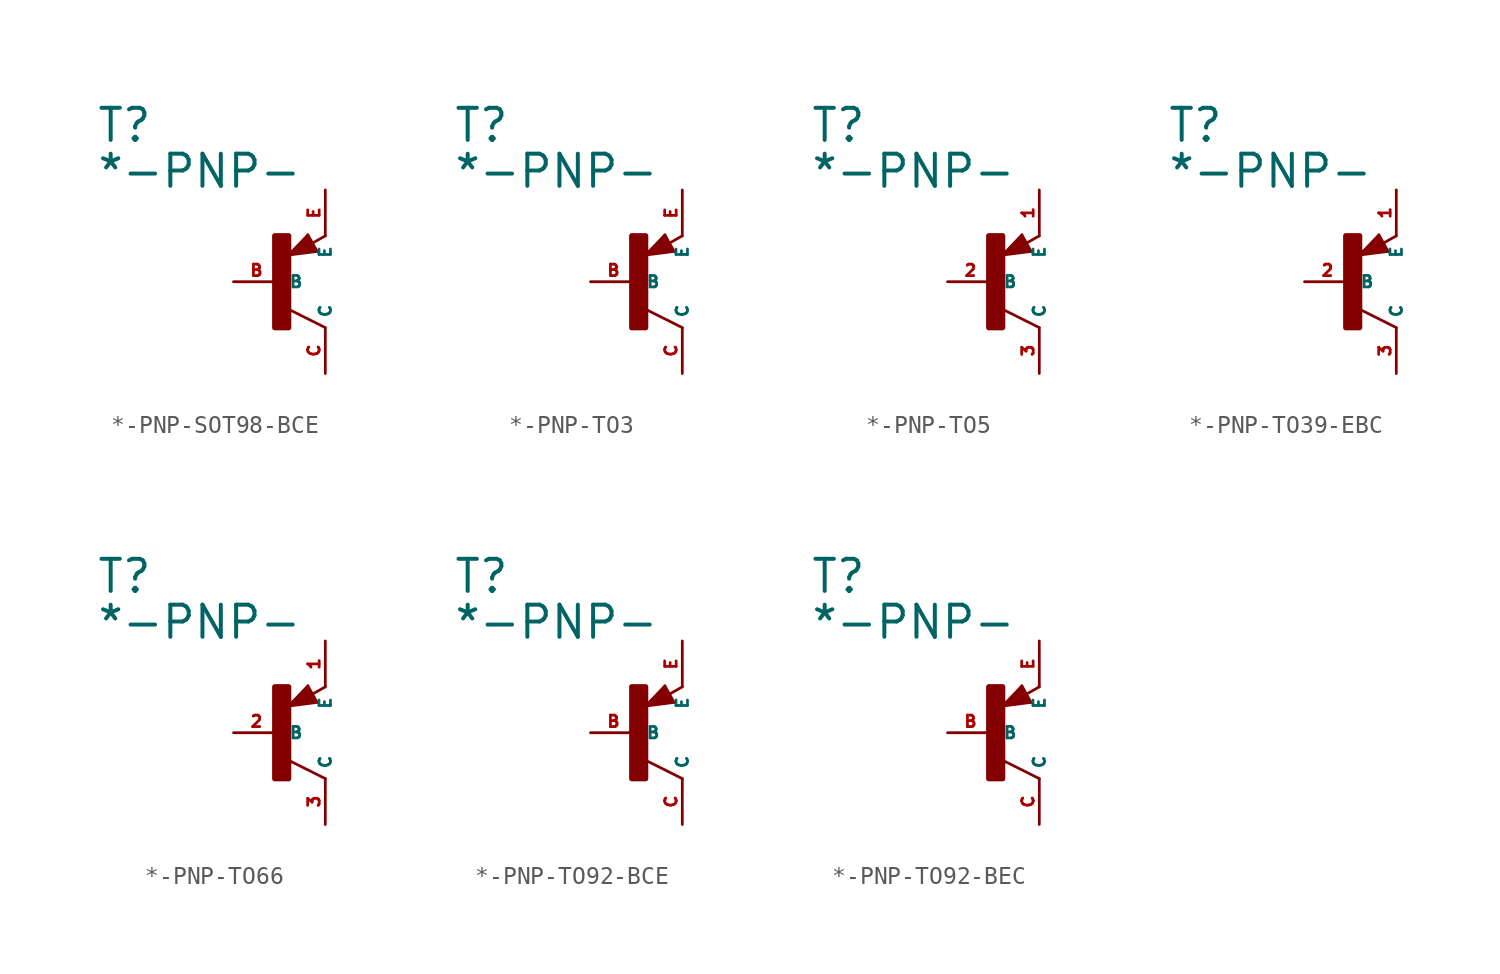
<source format=kicad_sym>
(kicad_symbol_lib
  (version 20220914)
  (generator Eagle2Kicad)
  (symbol "*-PNP-SOT98-BCE"
    (property "Reference" "T"
      (at -10.16 7.62 0)
      (effects (font (size 1.778 1.778) (thickness 0.22)) (justify left bottom)))
    (property "Value" "*-PNP-"
      (at -10.16 5.08 0)
      (effects (font (size 1.778 1.778) (thickness 0.22)) (justify left bottom)))
    (polyline
      (pts (xy 2.086 1.678) (xy 1.578 2.594))
      (stroke (width 0.152) (type default))
      (fill (type none)))
    (polyline
      (pts (xy 1.578 2.594) (xy 0.516 1.478))
      (stroke (width 0.152) (type default))
      (fill (type none)))
    (polyline
      (pts (xy 0.516 1.478) (xy 2.086 1.678))
      (stroke (width 0.152) (type default))
      (fill (type none)))
    (polyline
      (pts (xy 2.54 2.54) (xy 1.808 2.124))
      (stroke (width 0.152) (type default))
      (fill (type none)))
    (polyline
      (pts (xy 2.54 -2.54) (xy 0.508 -1.524))
      (stroke (width 0.152) (type default))
      (fill (type none)))
    (polyline
      (pts (xy 1.905 1.778) (xy 1.524 2.413))
      (stroke (width 0.254) (type default))
      (fill (type none)))
    (polyline
      (pts (xy 1.524 2.413) (xy 0.762 1.651))
      (stroke (width 0.254) (type default))
      (fill (type none)))
    (polyline
      (pts (xy 0.762 1.651) (xy 1.778 1.778))
      (stroke (width 0.254) (type default))
      (fill (type none)))
    (polyline
      (pts (xy 1.778 1.778) (xy 1.524 2.159))
      (stroke (width 0.254) (type default))
      (fill (type none)))
    (polyline
      (pts (xy 1.524 2.159) (xy 1.143 1.905))
      (stroke (width 0.254) (type default))
      (fill (type none)))
    (polyline
      (pts (xy 1.143 1.905) (xy 1.524 1.905))
      (stroke (width 0.254) (type default))
      (fill (type none)))
    (rectangle
      (start -0.254 -2.54)
      (end 0.508 2.54)
      (stroke (width 0.3) (type default))
      (fill (type outline)))
    (pin passive line
      (at -2.54 0 0)
      (length 2.54)
      (name "B" (effects (font (size 0.635 0.635) (thickness 0.08)) (justify left bottom)))
      (number "B" (effects (font (size 0.635 0.635) (thickness 0.08)) (justify left bottom))))
    (pin passive line
      (at 2.54 5.08 270)
      (length 2.54)
      (name "E" (effects (font (size 0.635 0.635) (thickness 0.08)) (justify left bottom)))
      (number "E" (effects (font (size 0.635 0.635) (thickness 0.08)) (justify left bottom))))
    (pin passive line
      (at 2.54 -5.08 90)
      (length 2.54)
      (name "C" (effects (font (size 0.635 0.635) (thickness 0.08)) (justify left bottom)))
      (number "C" (effects (font (size 0.635 0.635) (thickness 0.08)) (justify left bottom)))))
  (symbol "*-PNP-TO3"
    (property "Reference" "T"
      (at -10.16 7.62 0)
      (effects (font (size 1.778 1.778) (thickness 0.22)) (justify left bottom)))
    (property "Value" "*-PNP-"
      (at -10.16 5.08 0)
      (effects (font (size 1.778 1.778) (thickness 0.22)) (justify left bottom)))
    (polyline
      (pts (xy 2.086 1.678) (xy 1.578 2.594))
      (stroke (width 0.152) (type default))
      (fill (type none)))
    (polyline
      (pts (xy 1.578 2.594) (xy 0.516 1.478))
      (stroke (width 0.152) (type default))
      (fill (type none)))
    (polyline
      (pts (xy 0.516 1.478) (xy 2.086 1.678))
      (stroke (width 0.152) (type default))
      (fill (type none)))
    (polyline
      (pts (xy 2.54 2.54) (xy 1.808 2.124))
      (stroke (width 0.152) (type default))
      (fill (type none)))
    (polyline
      (pts (xy 2.54 -2.54) (xy 0.508 -1.524))
      (stroke (width 0.152) (type default))
      (fill (type none)))
    (polyline
      (pts (xy 1.905 1.778) (xy 1.524 2.413))
      (stroke (width 0.254) (type default))
      (fill (type none)))
    (polyline
      (pts (xy 1.524 2.413) (xy 0.762 1.651))
      (stroke (width 0.254) (type default))
      (fill (type none)))
    (polyline
      (pts (xy 0.762 1.651) (xy 1.778 1.778))
      (stroke (width 0.254) (type default))
      (fill (type none)))
    (polyline
      (pts (xy 1.778 1.778) (xy 1.524 2.159))
      (stroke (width 0.254) (type default))
      (fill (type none)))
    (polyline
      (pts (xy 1.524 2.159) (xy 1.143 1.905))
      (stroke (width 0.254) (type default))
      (fill (type none)))
    (polyline
      (pts (xy 1.143 1.905) (xy 1.524 1.905))
      (stroke (width 0.254) (type default))
      (fill (type none)))
    (rectangle
      (start -0.254 -2.54)
      (end 0.508 2.54)
      (stroke (width 0.3) (type default))
      (fill (type outline)))
    (pin passive line
      (at -2.54 0 0)
      (length 2.54)
      (name "B" (effects (font (size 0.635 0.635) (thickness 0.08)) (justify left bottom)))
      (number "B" (effects (font (size 0.635 0.635) (thickness 0.08)) (justify left bottom))))
    (pin passive line
      (at 2.54 5.08 270)
      (length 2.54)
      (name "E" (effects (font (size 0.635 0.635) (thickness 0.08)) (justify left bottom)))
      (number "E" (effects (font (size 0.635 0.635) (thickness 0.08)) (justify left bottom))))
    (pin passive line
      (at 2.54 -5.08 90)
      (length 2.54)
      (name "C" (effects (font (size 0.635 0.635) (thickness 0.08)) (justify left bottom)))
      (number "C" (effects (font (size 0.635 0.635) (thickness 0.08)) (justify left bottom)))))
  (symbol "*-PNP-TO5"
    (property "Reference" "T"
      (at -10.16 7.62 0)
      (effects (font (size 1.778 1.778) (thickness 0.22)) (justify left bottom)))
    (property "Value" "*-PNP-"
      (at -10.16 5.08 0)
      (effects (font (size 1.778 1.778) (thickness 0.22)) (justify left bottom)))
    (polyline
      (pts (xy 2.086 1.678) (xy 1.578 2.594))
      (stroke (width 0.152) (type default))
      (fill (type none)))
    (polyline
      (pts (xy 1.578 2.594) (xy 0.516 1.478))
      (stroke (width 0.152) (type default))
      (fill (type none)))
    (polyline
      (pts (xy 0.516 1.478) (xy 2.086 1.678))
      (stroke (width 0.152) (type default))
      (fill (type none)))
    (polyline
      (pts (xy 2.54 2.54) (xy 1.808 2.124))
      (stroke (width 0.152) (type default))
      (fill (type none)))
    (polyline
      (pts (xy 2.54 -2.54) (xy 0.508 -1.524))
      (stroke (width 0.152) (type default))
      (fill (type none)))
    (polyline
      (pts (xy 1.905 1.778) (xy 1.524 2.413))
      (stroke (width 0.254) (type default))
      (fill (type none)))
    (polyline
      (pts (xy 1.524 2.413) (xy 0.762 1.651))
      (stroke (width 0.254) (type default))
      (fill (type none)))
    (polyline
      (pts (xy 0.762 1.651) (xy 1.778 1.778))
      (stroke (width 0.254) (type default))
      (fill (type none)))
    (polyline
      (pts (xy 1.778 1.778) (xy 1.524 2.159))
      (stroke (width 0.254) (type default))
      (fill (type none)))
    (polyline
      (pts (xy 1.524 2.159) (xy 1.143 1.905))
      (stroke (width 0.254) (type default))
      (fill (type none)))
    (polyline
      (pts (xy 1.143 1.905) (xy 1.524 1.905))
      (stroke (width 0.254) (type default))
      (fill (type none)))
    (rectangle
      (start -0.254 -2.54)
      (end 0.508 2.54)
      (stroke (width 0.3) (type default))
      (fill (type outline)))
    (pin passive line
      (at -2.54 0 0)
      (length 2.54)
      (name "B" (effects (font (size 0.635 0.635) (thickness 0.08)) (justify left bottom)))
      (number "2" (effects (font (size 0.635 0.635) (thickness 0.08)) (justify left bottom))))
    (pin passive line
      (at 2.54 5.08 270)
      (length 2.54)
      (name "E" (effects (font (size 0.635 0.635) (thickness 0.08)) (justify left bottom)))
      (number "1" (effects (font (size 0.635 0.635) (thickness 0.08)) (justify left bottom))))
    (pin passive line
      (at 2.54 -5.08 90)
      (length 2.54)
      (name "C" (effects (font (size 0.635 0.635) (thickness 0.08)) (justify left bottom)))
      (number "3" (effects (font (size 0.635 0.635) (thickness 0.08)) (justify left bottom)))))
  (symbol "*-PNP-TO39-EBC"
    (property "Reference" "T"
      (at -10.16 7.62 0)
      (effects (font (size 1.778 1.778) (thickness 0.22)) (justify left bottom)))
    (property "Value" "*-PNP-"
      (at -10.16 5.08 0)
      (effects (font (size 1.778 1.778) (thickness 0.22)) (justify left bottom)))
    (polyline
      (pts (xy 2.086 1.678) (xy 1.578 2.594))
      (stroke (width 0.152) (type default))
      (fill (type none)))
    (polyline
      (pts (xy 1.578 2.594) (xy 0.516 1.478))
      (stroke (width 0.152) (type default))
      (fill (type none)))
    (polyline
      (pts (xy 0.516 1.478) (xy 2.086 1.678))
      (stroke (width 0.152) (type default))
      (fill (type none)))
    (polyline
      (pts (xy 2.54 2.54) (xy 1.808 2.124))
      (stroke (width 0.152) (type default))
      (fill (type none)))
    (polyline
      (pts (xy 2.54 -2.54) (xy 0.508 -1.524))
      (stroke (width 0.152) (type default))
      (fill (type none)))
    (polyline
      (pts (xy 1.905 1.778) (xy 1.524 2.413))
      (stroke (width 0.254) (type default))
      (fill (type none)))
    (polyline
      (pts (xy 1.524 2.413) (xy 0.762 1.651))
      (stroke (width 0.254) (type default))
      (fill (type none)))
    (polyline
      (pts (xy 0.762 1.651) (xy 1.778 1.778))
      (stroke (width 0.254) (type default))
      (fill (type none)))
    (polyline
      (pts (xy 1.778 1.778) (xy 1.524 2.159))
      (stroke (width 0.254) (type default))
      (fill (type none)))
    (polyline
      (pts (xy 1.524 2.159) (xy 1.143 1.905))
      (stroke (width 0.254) (type default))
      (fill (type none)))
    (polyline
      (pts (xy 1.143 1.905) (xy 1.524 1.905))
      (stroke (width 0.254) (type default))
      (fill (type none)))
    (rectangle
      (start -0.254 -2.54)
      (end 0.508 2.54)
      (stroke (width 0.3) (type default))
      (fill (type outline)))
    (pin passive line
      (at -2.54 0 0)
      (length 2.54)
      (name "B" (effects (font (size 0.635 0.635) (thickness 0.08)) (justify left bottom)))
      (number "2" (effects (font (size 0.635 0.635) (thickness 0.08)) (justify left bottom))))
    (pin passive line
      (at 2.54 5.08 270)
      (length 2.54)
      (name "E" (effects (font (size 0.635 0.635) (thickness 0.08)) (justify left bottom)))
      (number "1" (effects (font (size 0.635 0.635) (thickness 0.08)) (justify left bottom))))
    (pin passive line
      (at 2.54 -5.08 90)
      (length 2.54)
      (name "C" (effects (font (size 0.635 0.635) (thickness 0.08)) (justify left bottom)))
      (number "3" (effects (font (size 0.635 0.635) (thickness 0.08)) (justify left bottom)))))
  (symbol "*-PNP-TO66"
    (property "Reference" "T"
      (at -10.16 7.62 0)
      (effects (font (size 1.778 1.778) (thickness 0.22)) (justify left bottom)))
    (property "Value" "*-PNP-"
      (at -10.16 5.08 0)
      (effects (font (size 1.778 1.778) (thickness 0.22)) (justify left bottom)))
    (polyline
      (pts (xy 2.086 1.678) (xy 1.578 2.594))
      (stroke (width 0.152) (type default))
      (fill (type none)))
    (polyline
      (pts (xy 1.578 2.594) (xy 0.516 1.478))
      (stroke (width 0.152) (type default))
      (fill (type none)))
    (polyline
      (pts (xy 0.516 1.478) (xy 2.086 1.678))
      (stroke (width 0.152) (type default))
      (fill (type none)))
    (polyline
      (pts (xy 2.54 2.54) (xy 1.808 2.124))
      (stroke (width 0.152) (type default))
      (fill (type none)))
    (polyline
      (pts (xy 2.54 -2.54) (xy 0.508 -1.524))
      (stroke (width 0.152) (type default))
      (fill (type none)))
    (polyline
      (pts (xy 1.905 1.778) (xy 1.524 2.413))
      (stroke (width 0.254) (type default))
      (fill (type none)))
    (polyline
      (pts (xy 1.524 2.413) (xy 0.762 1.651))
      (stroke (width 0.254) (type default))
      (fill (type none)))
    (polyline
      (pts (xy 0.762 1.651) (xy 1.778 1.778))
      (stroke (width 0.254) (type default))
      (fill (type none)))
    (polyline
      (pts (xy 1.778 1.778) (xy 1.524 2.159))
      (stroke (width 0.254) (type default))
      (fill (type none)))
    (polyline
      (pts (xy 1.524 2.159) (xy 1.143 1.905))
      (stroke (width 0.254) (type default))
      (fill (type none)))
    (polyline
      (pts (xy 1.143 1.905) (xy 1.524 1.905))
      (stroke (width 0.254) (type default))
      (fill (type none)))
    (rectangle
      (start -0.254 -2.54)
      (end 0.508 2.54)
      (stroke (width 0.3) (type default))
      (fill (type outline)))
    (pin passive line
      (at -2.54 0 0)
      (length 2.54)
      (name "B" (effects (font (size 0.635 0.635) (thickness 0.08)) (justify left bottom)))
      (number "2" (effects (font (size 0.635 0.635) (thickness 0.08)) (justify left bottom))))
    (pin passive line
      (at 2.54 5.08 270)
      (length 2.54)
      (name "E" (effects (font (size 0.635 0.635) (thickness 0.08)) (justify left bottom)))
      (number "1" (effects (font (size 0.635 0.635) (thickness 0.08)) (justify left bottom))))
    (pin passive line
      (at 2.54 -5.08 90)
      (length 2.54)
      (name "C" (effects (font (size 0.635 0.635) (thickness 0.08)) (justify left bottom)))
      (number "3" (effects (font (size 0.635 0.635) (thickness 0.08)) (justify left bottom)))))
  (symbol "*-PNP-TO92-BCE"
    (property "Reference" "T"
      (at -10.16 7.62 0)
      (effects (font (size 1.778 1.778) (thickness 0.22)) (justify left bottom)))
    (property "Value" "*-PNP-"
      (at -10.16 5.08 0)
      (effects (font (size 1.778 1.778) (thickness 0.22)) (justify left bottom)))
    (polyline
      (pts (xy 2.086 1.678) (xy 1.578 2.594))
      (stroke (width 0.152) (type default))
      (fill (type none)))
    (polyline
      (pts (xy 1.578 2.594) (xy 0.516 1.478))
      (stroke (width 0.152) (type default))
      (fill (type none)))
    (polyline
      (pts (xy 0.516 1.478) (xy 2.086 1.678))
      (stroke (width 0.152) (type default))
      (fill (type none)))
    (polyline
      (pts (xy 2.54 2.54) (xy 1.808 2.124))
      (stroke (width 0.152) (type default))
      (fill (type none)))
    (polyline
      (pts (xy 2.54 -2.54) (xy 0.508 -1.524))
      (stroke (width 0.152) (type default))
      (fill (type none)))
    (polyline
      (pts (xy 1.905 1.778) (xy 1.524 2.413))
      (stroke (width 0.254) (type default))
      (fill (type none)))
    (polyline
      (pts (xy 1.524 2.413) (xy 0.762 1.651))
      (stroke (width 0.254) (type default))
      (fill (type none)))
    (polyline
      (pts (xy 0.762 1.651) (xy 1.778 1.778))
      (stroke (width 0.254) (type default))
      (fill (type none)))
    (polyline
      (pts (xy 1.778 1.778) (xy 1.524 2.159))
      (stroke (width 0.254) (type default))
      (fill (type none)))
    (polyline
      (pts (xy 1.524 2.159) (xy 1.143 1.905))
      (stroke (width 0.254) (type default))
      (fill (type none)))
    (polyline
      (pts (xy 1.143 1.905) (xy 1.524 1.905))
      (stroke (width 0.254) (type default))
      (fill (type none)))
    (rectangle
      (start -0.254 -2.54)
      (end 0.508 2.54)
      (stroke (width 0.3) (type default))
      (fill (type outline)))
    (pin passive line
      (at -2.54 0 0)
      (length 2.54)
      (name "B" (effects (font (size 0.635 0.635) (thickness 0.08)) (justify left bottom)))
      (number "B" (effects (font (size 0.635 0.635) (thickness 0.08)) (justify left bottom))))
    (pin passive line
      (at 2.54 5.08 270)
      (length 2.54)
      (name "E" (effects (font (size 0.635 0.635) (thickness 0.08)) (justify left bottom)))
      (number "E" (effects (font (size 0.635 0.635) (thickness 0.08)) (justify left bottom))))
    (pin passive line
      (at 2.54 -5.08 90)
      (length 2.54)
      (name "C" (effects (font (size 0.635 0.635) (thickness 0.08)) (justify left bottom)))
      (number "C" (effects (font (size 0.635 0.635) (thickness 0.08)) (justify left bottom)))))
  (symbol "*-PNP-TO92-BEC"
    (property "Reference" "T"
      (at -10.16 7.62 0)
      (effects (font (size 1.778 1.778) (thickness 0.22)) (justify left bottom)))
    (property "Value" "*-PNP-"
      (at -10.16 5.08 0)
      (effects (font (size 1.778 1.778) (thickness 0.22)) (justify left bottom)))
    (polyline
      (pts (xy 2.086 1.678) (xy 1.578 2.594))
      (stroke (width 0.152) (type default))
      (fill (type none)))
    (polyline
      (pts (xy 1.578 2.594) (xy 0.516 1.478))
      (stroke (width 0.152) (type default))
      (fill (type none)))
    (polyline
      (pts (xy 0.516 1.478) (xy 2.086 1.678))
      (stroke (width 0.152) (type default))
      (fill (type none)))
    (polyline
      (pts (xy 2.54 2.54) (xy 1.808 2.124))
      (stroke (width 0.152) (type default))
      (fill (type none)))
    (polyline
      (pts (xy 2.54 -2.54) (xy 0.508 -1.524))
      (stroke (width 0.152) (type default))
      (fill (type none)))
    (polyline
      (pts (xy 1.905 1.778) (xy 1.524 2.413))
      (stroke (width 0.254) (type default))
      (fill (type none)))
    (polyline
      (pts (xy 1.524 2.413) (xy 0.762 1.651))
      (stroke (width 0.254) (type default))
      (fill (type none)))
    (polyline
      (pts (xy 0.762 1.651) (xy 1.778 1.778))
      (stroke (width 0.254) (type default))
      (fill (type none)))
    (polyline
      (pts (xy 1.778 1.778) (xy 1.524 2.159))
      (stroke (width 0.254) (type default))
      (fill (type none)))
    (polyline
      (pts (xy 1.524 2.159) (xy 1.143 1.905))
      (stroke (width 0.254) (type default))
      (fill (type none)))
    (polyline
      (pts (xy 1.143 1.905) (xy 1.524 1.905))
      (stroke (width 0.254) (type default))
      (fill (type none)))
    (rectangle
      (start -0.254 -2.54)
      (end 0.508 2.54)
      (stroke (width 0.3) (type default))
      (fill (type outline)))
    (pin passive line
      (at -2.54 0 0)
      (length 2.54)
      (name "B" (effects (font (size 0.635 0.635) (thickness 0.08)) (justify left bottom)))
      (number "B" (effects (font (size 0.635 0.635) (thickness 0.08)) (justify left bottom))))
    (pin passive line
      (at 2.54 5.08 270)
      (length 2.54)
      (name "E" (effects (font (size 0.635 0.635) (thickness 0.08)) (justify left bottom)))
      (number "E" (effects (font (size 0.635 0.635) (thickness 0.08)) (justify left bottom))))
    (pin passive line
      (at 2.54 -5.08 90)
      (length 2.54)
      (name "C" (effects (font (size 0.635 0.635) (thickness 0.08)) (justify left bottom)))
      (number "C" (effects (font (size 0.635 0.635) (thickness 0.08)) (justify left bottom))))))
</source>
